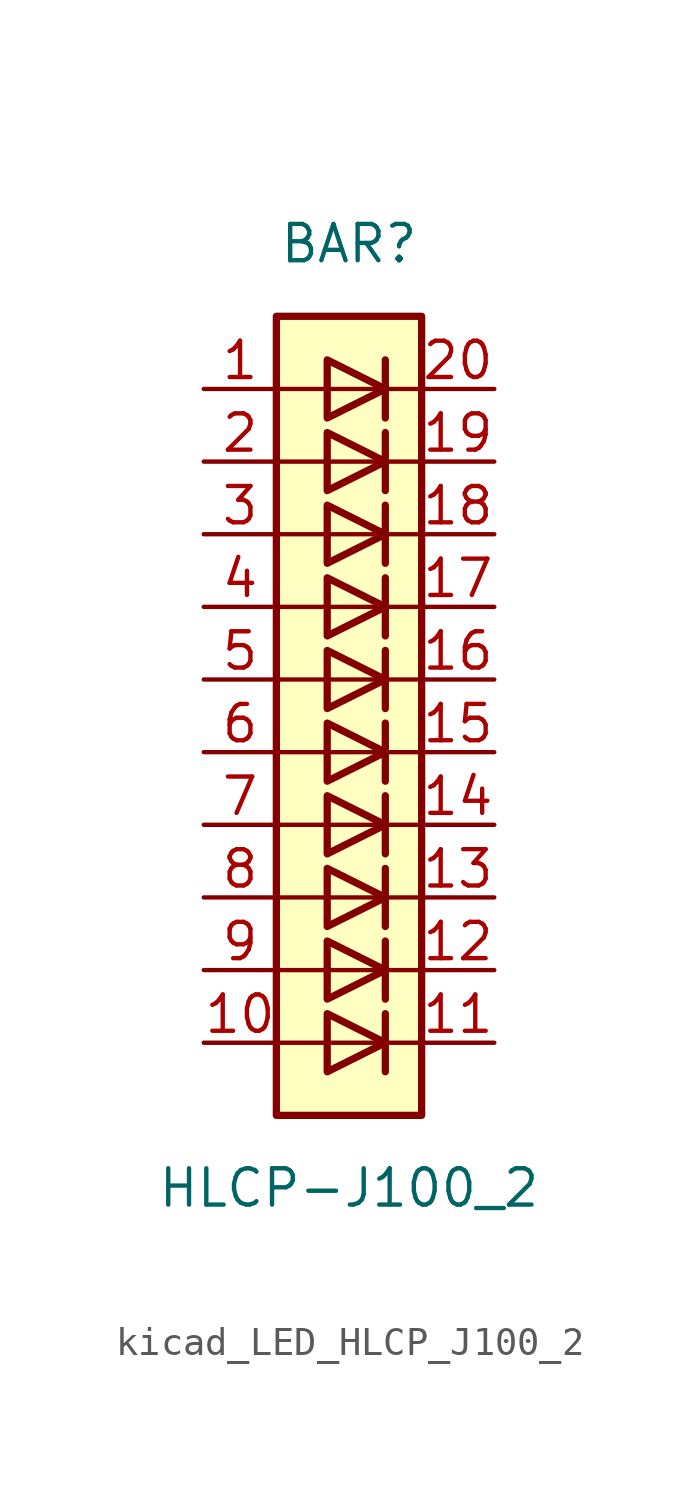
<source format=kicad_sym>
(kicad_symbol_lib
  (version 20220914)
  (generator kicad_symbol_editor)
  (symbol "kicad_LED_HLCP_J100_2"
    (pin_names
      (offset 1.016) hide)
    (property "Reference" "BAR"
      (at 0 15.24 0)
      (effects (font (size 1.27 1.27))))
    (property "Value" "HLCP-J100_2"
      (at 0 -17.78 0)
      (effects (font (size 1.27 1.27))))
    (symbol "kicad_LED_HLCP_J100_2_0_1"
      (rectangle (start -2.54 12.7) (end 2.54 -15.24) (stroke (width 0.254) (type default)) (fill (type background)))
      (polyline (pts (xy -2.54 -12.7) (xy 2.54 -12.7)) (stroke (width 0) (type default)) (fill (type none)))
      (polyline (pts (xy -2.54 -10.16) (xy 2.54 -10.16)) (stroke (width 0) (type default)) (fill (type none)))
      (polyline (pts (xy -2.54 -7.62) (xy 2.54 -7.62)) (stroke (width 0) (type default)) (fill (type none)))
      (polyline (pts (xy -2.54 -5.08) (xy 2.54 -5.08)) (stroke (width 0) (type default)) (fill (type none)))
      (polyline (pts (xy -2.54 0) (xy 2.54 0)) (stroke (width 0) (type default)) (fill (type none)))
      (polyline (pts (xy -2.54 5.08) (xy 2.54 5.08)) (stroke (width 0) (type default)) (fill (type none)))
      (polyline (pts (xy -2.54 7.62) (xy 2.54 7.62)) (stroke (width 0) (type default)) (fill (type none)))
      (polyline (pts (xy -2.54 10.16) (xy 2.54 10.16)) (stroke (width 0) (type default)) (fill (type none)))
      (polyline (pts (xy 1.27 -11.684) (xy 1.27 -13.716)) (stroke (width 0.254) (type default)) (fill (type none)))
      (polyline (pts (xy 1.27 -9.144) (xy 1.27 -11.176)) (stroke (width 0.254) (type default)) (fill (type none)))
      (polyline (pts (xy 1.27 -6.604) (xy 1.27 -8.636)) (stroke (width 0.254) (type default)) (fill (type none)))
      (polyline (pts (xy 1.27 -4.064) (xy 1.27 -6.096)) (stroke (width 0.254) (type default)) (fill (type none)))
      (polyline (pts (xy 1.27 -1.524) (xy 1.27 -3.556)) (stroke (width 0.254) (type default)) (fill (type none)))
      (polyline (pts (xy 1.27 1.016) (xy 1.27 -1.016)) (stroke (width 0.254) (type default)) (fill (type none)))
      (polyline (pts (xy 1.27 3.556) (xy 1.27 1.524)) (stroke (width 0.254) (type default)) (fill (type none)))
      (polyline (pts (xy 1.27 6.096) (xy 1.27 4.064)) (stroke (width 0.254) (type default)) (fill (type none)))
      (polyline (pts (xy 1.27 8.636) (xy 1.27 6.604)) (stroke (width 0.254) (type default)) (fill (type none)))
      (polyline (pts (xy 1.27 11.176) (xy 1.27 9.144)) (stroke (width 0.254) (type default)) (fill (type none)))
      (polyline (pts (xy 2.54 -2.54) (xy -2.54 -2.54)) (stroke (width 0) (type default)) (fill (type none)))
      (polyline (pts (xy 2.54 2.54) (xy -2.54 2.54)) (stroke (width 0) (type default)) (fill (type none)))
      (polyline (pts (xy -0.762 -11.684) (xy -0.762 -13.716) (xy 1.27 -12.7) (xy -0.762 -11.684)) (stroke (width 0.254) (type default)) (fill (type none)))
      (polyline (pts (xy -0.762 -9.144) (xy -0.762 -11.176) (xy 1.27 -10.16) (xy -0.762 -9.144)) (stroke (width 0.254) (type default)) (fill (type none)))
      (polyline (pts (xy -0.762 -6.604) (xy -0.762 -8.636) (xy 1.27 -7.62) (xy -0.762 -6.604)) (stroke (width 0.254) (type default)) (fill (type none)))
      (polyline (pts (xy -0.762 -4.064) (xy -0.762 -6.096) (xy 1.27 -5.08) (xy -0.762 -4.064)) (stroke (width 0.254) (type default)) (fill (type none)))
      (polyline (pts (xy -0.762 -1.524) (xy -0.762 -3.556) (xy 1.27 -2.54) (xy -0.762 -1.524)) (stroke (width 0.254) (type default)) (fill (type none)))
      (polyline (pts (xy -0.762 1.016) (xy -0.762 -1.016) (xy 1.27 0) (xy -0.762 1.016)) (stroke (width 0.254) (type default)) (fill (type none)))
      (polyline (pts (xy -0.762 3.556) (xy -0.762 1.524) (xy 1.27 2.54) (xy -0.762 3.556)) (stroke (width 0.254) (type default)) (fill (type none)))
      (polyline (pts (xy -0.762 6.096) (xy -0.762 4.064) (xy 1.27 5.08) (xy -0.762 6.096)) (stroke (width 0.254) (type default)) (fill (type none)))
      (polyline (pts (xy -0.762 8.636) (xy -0.762 6.604) (xy 1.27 7.62) (xy -0.762 8.636)) (stroke (width 0.254) (type default)) (fill (type none)))
      (polyline (pts (xy -0.762 11.176) (xy -0.762 9.144) (xy 1.27 10.16) (xy -0.762 11.176)) (stroke (width 0.254) (type default)) (fill (type none))))
    (symbol "kicad_LED_HLCP_J100_2_1_1"
      (pin passive line (at -5.08 10.16 0) (length 2.54) (name "A" (effects (font (size 1.27 1.27)))) (number "1" (effects (font (size 1.27 1.27)))))
      (pin passive line (at -5.08 -12.7 0) (length 2.54) (name "A" (effects (font (size 1.27 1.27)))) (number "10" (effects (font (size 1.27 1.27)))))
      (pin passive line (at 5.08 -12.7 180) (length 2.54) (name "K" (effects (font (size 1.27 1.27)))) (number "11" (effects (font (size 1.27 1.27)))))
      (pin passive line (at 5.08 -10.16 180) (length 2.54) (name "K" (effects (font (size 1.27 1.27)))) (number "12" (effects (font (size 1.27 1.27)))))
      (pin passive line (at 5.08 -7.62 180) (length 2.54) (name "K" (effects (font (size 1.27 1.27)))) (number "13" (effects (font (size 1.27 1.27)))))
      (pin passive line (at 5.08 -5.08 180) (length 2.54) (name "K" (effects (font (size 1.27 1.27)))) (number "14" (effects (font (size 1.27 1.27)))))
      (pin passive line (at 5.08 -2.54 180) (length 2.54) (name "K" (effects (font (size 1.27 1.27)))) (number "15" (effects (font (size 1.27 1.27)))))
      (pin passive line (at 5.08 0 180) (length 2.54) (name "K" (effects (font (size 1.27 1.27)))) (number "16" (effects (font (size 1.27 1.27)))))
      (pin passive line (at 5.08 2.54 180) (length 2.54) (name "K" (effects (font (size 1.27 1.27)))) (number "17" (effects (font (size 1.27 1.27)))))
      (pin passive line (at 5.08 5.08 180) (length 2.54) (name "K" (effects (font (size 1.27 1.27)))) (number "18" (effects (font (size 1.27 1.27)))))
      (pin passive line (at 5.08 7.62 180) (length 2.54) (name "K" (effects (font (size 1.27 1.27)))) (number "19" (effects (font (size 1.27 1.27)))))
      (pin passive line (at -5.08 7.62 0) (length 2.54) (name "A" (effects (font (size 1.27 1.27)))) (number "2" (effects (font (size 1.27 1.27)))))
      (pin passive line (at 5.08 10.16 180) (length 2.54) (name "K" (effects (font (size 1.27 1.27)))) (number "20" (effects (font (size 1.27 1.27)))))
      (pin passive line (at -5.08 5.08 0) (length 2.54) (name "A" (effects (font (size 1.27 1.27)))) (number "3" (effects (font (size 1.27 1.27)))))
      (pin passive line (at -5.08 2.54 0) (length 2.54) (name "A" (effects (font (size 1.27 1.27)))) (number "4" (effects (font (size 1.27 1.27)))))
      (pin passive line (at -5.08 0 0) (length 2.54) (name "A" (effects (font (size 1.27 1.27)))) (number "5" (effects (font (size 1.27 1.27)))))
      (pin passive line (at -5.08 -2.54 0) (length 2.54) (name "A" (effects (font (size 1.27 1.27)))) (number "6" (effects (font (size 1.27 1.27)))))
      (pin passive line (at -5.08 -5.08 0) (length 2.54) (name "A" (effects (font (size 1.27 1.27)))) (number "7" (effects (font (size 1.27 1.27)))))
      (pin passive line (at -5.08 -7.62 0) (length 2.54) (name "A" (effects (font (size 1.27 1.27)))) (number "8" (effects (font (size 1.27 1.27)))))
      (pin passive line (at -5.08 -10.16 0) (length 2.54) (name "A" (effects (font (size 1.27 1.27)))) (number "9" (effects (font (size 1.27 1.27))))))))
</source>
